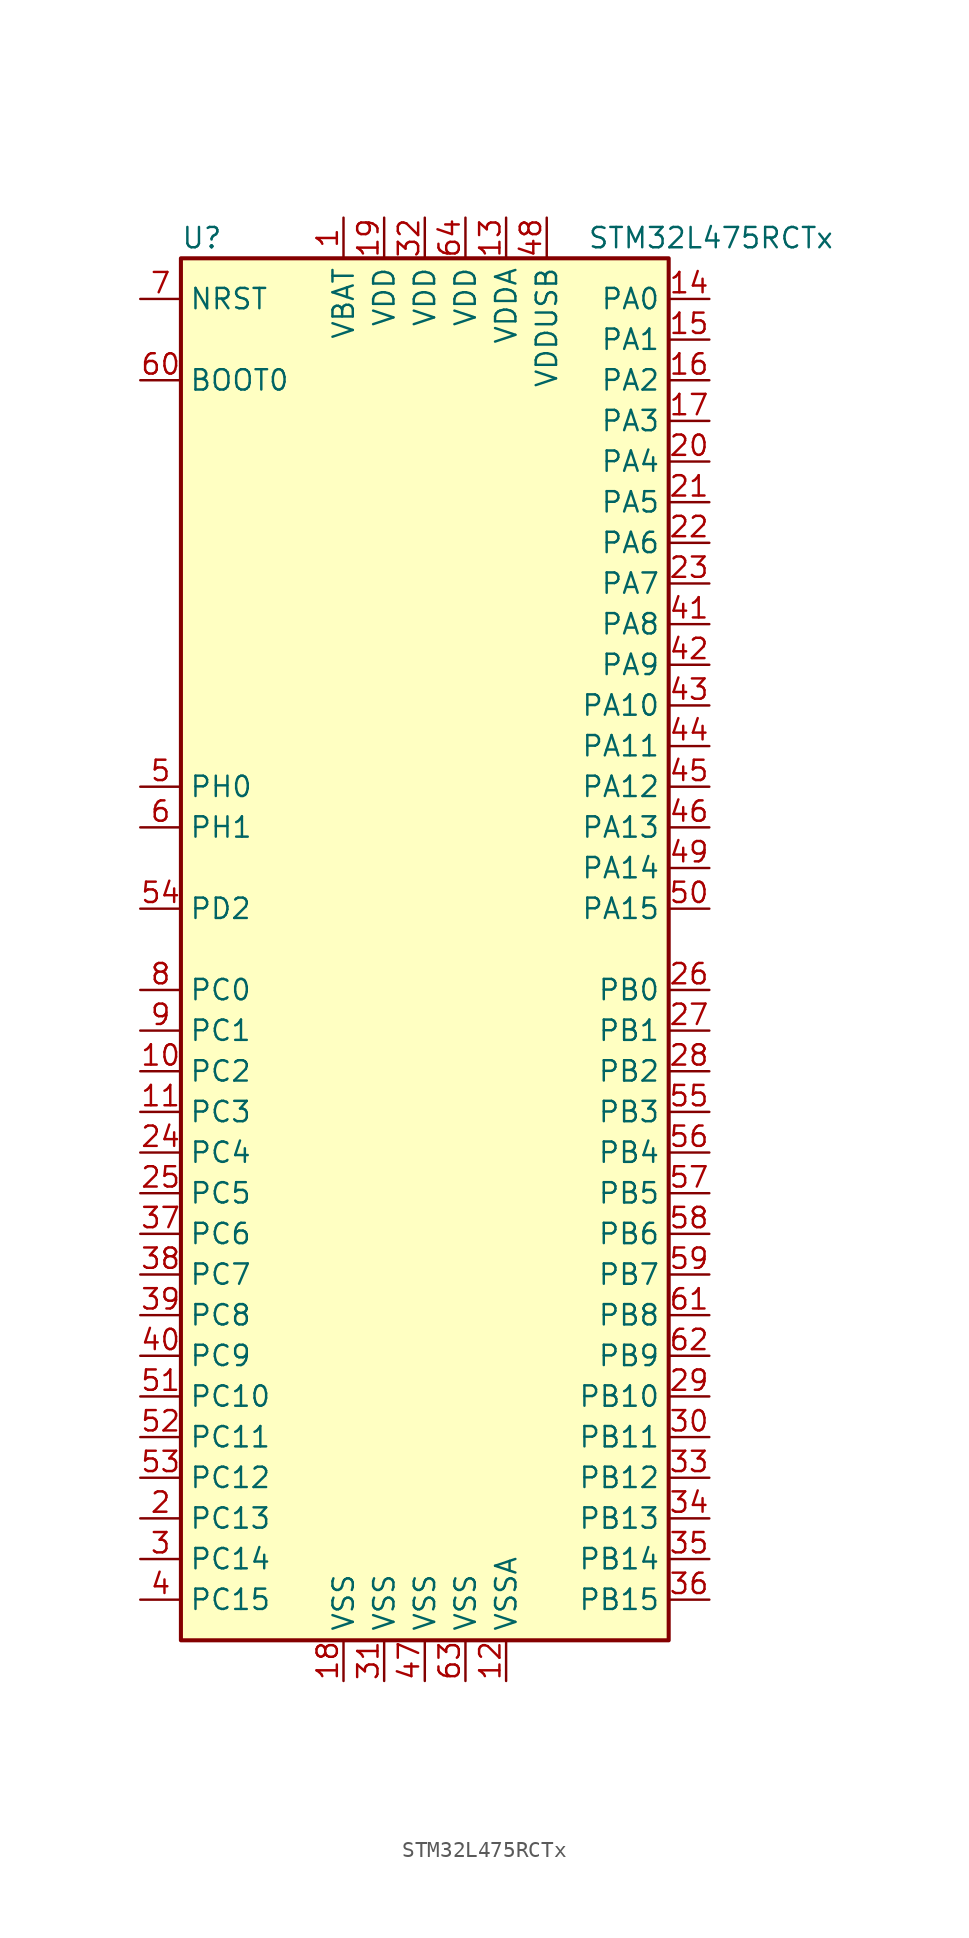
<source format=kicad_sym>
(kicad_symbol_lib
  (version 20201005)
  (generator kicad_symbol_editor)
  (symbol "STM32L475RCTx"
    (property "Reference" "U"
      (at -15.24 44.45 0)
      (effects (font (size 1.27 1.27)) (justify left)))
    (property "Value" "STM32L475RCTx"
      (at 10.16 44.45 0)
      (effects (font (size 1.27 1.27)) (justify left)))
    (symbol "STM32L475RCTx_0_1"
      (rectangle (start -15.24 -43.18) (end 15.24 43.18) (stroke (width 0.254)) (fill (type background))))
    (symbol "STM32L475RCTx_1_1"
      (pin power_in line (at -5.08 45.72 270) (length 2.54) (name "VBAT" (effects (font (size 1.27 1.27)))) (number "1" (effects (font (size 1.27 1.27)))))
      (pin bidirectional line (at -17.78 -7.62 0) (length 2.54) (name "PC2" (effects (font (size 1.27 1.27)))) (number "10" (effects (font (size 1.27 1.27)))))
      (pin bidirectional line (at -17.78 -10.16 0) (length 2.54) (name "PC3" (effects (font (size 1.27 1.27)))) (number "11" (effects (font (size 1.27 1.27)))))
      (pin power_in line (at 5.08 -45.72 90) (length 2.54) (name "VSSA" (effects (font (size 1.27 1.27)))) (number "12" (effects (font (size 1.27 1.27)))))
      (pin power_in line (at 5.08 45.72 270) (length 2.54) (name "VDDA" (effects (font (size 1.27 1.27)))) (number "13" (effects (font (size 1.27 1.27)))))
      (pin bidirectional line (at 17.78 40.64 180) (length 2.54) (name "PA0" (effects (font (size 1.27 1.27)))) (number "14" (effects (font (size 1.27 1.27)))))
      (pin bidirectional line (at 17.78 38.1 180) (length 2.54) (name "PA1" (effects (font (size 1.27 1.27)))) (number "15" (effects (font (size 1.27 1.27)))))
      (pin bidirectional line (at 17.78 35.56 180) (length 2.54) (name "PA2" (effects (font (size 1.27 1.27)))) (number "16" (effects (font (size 1.27 1.27)))))
      (pin bidirectional line (at 17.78 33.02 180) (length 2.54) (name "PA3" (effects (font (size 1.27 1.27)))) (number "17" (effects (font (size 1.27 1.27)))))
      (pin power_in line (at -5.08 -45.72 90) (length 2.54) (name "VSS" (effects (font (size 1.27 1.27)))) (number "18" (effects (font (size 1.27 1.27)))))
      (pin power_in line (at -2.54 45.72 270) (length 2.54) (name "VDD" (effects (font (size 1.27 1.27)))) (number "19" (effects (font (size 1.27 1.27)))))
      (pin bidirectional line (at -17.78 -35.56 0) (length 2.54) (name "PC13" (effects (font (size 1.27 1.27)))) (number "2" (effects (font (size 1.27 1.27)))))
      (pin bidirectional line (at 17.78 30.48 180) (length 2.54) (name "PA4" (effects (font (size 1.27 1.27)))) (number "20" (effects (font (size 1.27 1.27)))))
      (pin bidirectional line (at 17.78 27.94 180) (length 2.54) (name "PA5" (effects (font (size 1.27 1.27)))) (number "21" (effects (font (size 1.27 1.27)))))
      (pin bidirectional line (at 17.78 25.4 180) (length 2.54) (name "PA6" (effects (font (size 1.27 1.27)))) (number "22" (effects (font (size 1.27 1.27)))))
      (pin bidirectional line (at 17.78 22.86 180) (length 2.54) (name "PA7" (effects (font (size 1.27 1.27)))) (number "23" (effects (font (size 1.27 1.27)))))
      (pin bidirectional line (at -17.78 -12.7 0) (length 2.54) (name "PC4" (effects (font (size 1.27 1.27)))) (number "24" (effects (font (size 1.27 1.27)))))
      (pin bidirectional line (at -17.78 -15.24 0) (length 2.54) (name "PC5" (effects (font (size 1.27 1.27)))) (number "25" (effects (font (size 1.27 1.27)))))
      (pin bidirectional line (at 17.78 -2.54 180) (length 2.54) (name "PB0" (effects (font (size 1.27 1.27)))) (number "26" (effects (font (size 1.27 1.27)))))
      (pin bidirectional line (at 17.78 -5.08 180) (length 2.54) (name "PB1" (effects (font (size 1.27 1.27)))) (number "27" (effects (font (size 1.27 1.27)))))
      (pin bidirectional line (at 17.78 -7.62 180) (length 2.54) (name "PB2" (effects (font (size 1.27 1.27)))) (number "28" (effects (font (size 1.27 1.27)))))
      (pin bidirectional line (at 17.78 -27.94 180) (length 2.54) (name "PB10" (effects (font (size 1.27 1.27)))) (number "29" (effects (font (size 1.27 1.27)))))
      (pin bidirectional line (at -17.78 -38.1 0) (length 2.54) (name "PC14" (effects (font (size 1.27 1.27)))) (number "3" (effects (font (size 1.27 1.27)))))
      (pin bidirectional line (at 17.78 -30.48 180) (length 2.54) (name "PB11" (effects (font (size 1.27 1.27)))) (number "30" (effects (font (size 1.27 1.27)))))
      (pin power_in line (at -2.54 -45.72 90) (length 2.54) (name "VSS" (effects (font (size 1.27 1.27)))) (number "31" (effects (font (size 1.27 1.27)))))
      (pin power_in line (at 0 45.72 270) (length 2.54) (name "VDD" (effects (font (size 1.27 1.27)))) (number "32" (effects (font (size 1.27 1.27)))))
      (pin bidirectional line (at 17.78 -33.02 180) (length 2.54) (name "PB12" (effects (font (size 1.27 1.27)))) (number "33" (effects (font (size 1.27 1.27)))))
      (pin bidirectional line (at 17.78 -35.56 180) (length 2.54) (name "PB13" (effects (font (size 1.27 1.27)))) (number "34" (effects (font (size 1.27 1.27)))))
      (pin bidirectional line (at 17.78 -38.1 180) (length 2.54) (name "PB14" (effects (font (size 1.27 1.27)))) (number "35" (effects (font (size 1.27 1.27)))))
      (pin bidirectional line (at 17.78 -40.64 180) (length 2.54) (name "PB15" (effects (font (size 1.27 1.27)))) (number "36" (effects (font (size 1.27 1.27)))))
      (pin bidirectional line (at -17.78 -17.78 0) (length 2.54) (name "PC6" (effects (font (size 1.27 1.27)))) (number "37" (effects (font (size 1.27 1.27)))))
      (pin bidirectional line (at -17.78 -20.32 0) (length 2.54) (name "PC7" (effects (font (size 1.27 1.27)))) (number "38" (effects (font (size 1.27 1.27)))))
      (pin bidirectional line (at -17.78 -22.86 0) (length 2.54) (name "PC8" (effects (font (size 1.27 1.27)))) (number "39" (effects (font (size 1.27 1.27)))))
      (pin bidirectional line (at -17.78 -40.64 0) (length 2.54) (name "PC15" (effects (font (size 1.27 1.27)))) (number "4" (effects (font (size 1.27 1.27)))))
      (pin bidirectional line (at -17.78 -25.4 0) (length 2.54) (name "PC9" (effects (font (size 1.27 1.27)))) (number "40" (effects (font (size 1.27 1.27)))))
      (pin bidirectional line (at 17.78 20.32 180) (length 2.54) (name "PA8" (effects (font (size 1.27 1.27)))) (number "41" (effects (font (size 1.27 1.27)))))
      (pin bidirectional line (at 17.78 17.78 180) (length 2.54) (name "PA9" (effects (font (size 1.27 1.27)))) (number "42" (effects (font (size 1.27 1.27)))))
      (pin bidirectional line (at 17.78 15.24 180) (length 2.54) (name "PA10" (effects (font (size 1.27 1.27)))) (number "43" (effects (font (size 1.27 1.27)))))
      (pin bidirectional line (at 17.78 12.7 180) (length 2.54) (name "PA11" (effects (font (size 1.27 1.27)))) (number "44" (effects (font (size 1.27 1.27)))))
      (pin bidirectional line (at 17.78 10.16 180) (length 2.54) (name "PA12" (effects (font (size 1.27 1.27)))) (number "45" (effects (font (size 1.27 1.27)))))
      (pin bidirectional line (at 17.78 7.62 180) (length 2.54) (name "PA13" (effects (font (size 1.27 1.27)))) (number "46" (effects (font (size 1.27 1.27)))))
      (pin power_in line (at 0 -45.72 90) (length 2.54) (name "VSS" (effects (font (size 1.27 1.27)))) (number "47" (effects (font (size 1.27 1.27)))))
      (pin power_in line (at 7.62 45.72 270) (length 2.54) (name "VDDUSB" (effects (font (size 1.27 1.27)))) (number "48" (effects (font (size 1.27 1.27)))))
      (pin bidirectional line (at 17.78 5.08 180) (length 2.54) (name "PA14" (effects (font (size 1.27 1.27)))) (number "49" (effects (font (size 1.27 1.27)))))
      (pin input line (at -17.78 10.16 0) (length 2.54) (name "PH0" (effects (font (size 1.27 1.27)))) (number "5" (effects (font (size 1.27 1.27)))))
      (pin bidirectional line (at 17.78 2.54 180) (length 2.54) (name "PA15" (effects (font (size 1.27 1.27)))) (number "50" (effects (font (size 1.27 1.27)))))
      (pin bidirectional line (at -17.78 -27.94 0) (length 2.54) (name "PC10" (effects (font (size 1.27 1.27)))) (number "51" (effects (font (size 1.27 1.27)))))
      (pin bidirectional line (at -17.78 -30.48 0) (length 2.54) (name "PC11" (effects (font (size 1.27 1.27)))) (number "52" (effects (font (size 1.27 1.27)))))
      (pin bidirectional line (at -17.78 -33.02 0) (length 2.54) (name "PC12" (effects (font (size 1.27 1.27)))) (number "53" (effects (font (size 1.27 1.27)))))
      (pin bidirectional line (at -17.78 2.54 0) (length 2.54) (name "PD2" (effects (font (size 1.27 1.27)))) (number "54" (effects (font (size 1.27 1.27)))))
      (pin bidirectional line (at 17.78 -10.16 180) (length 2.54) (name "PB3" (effects (font (size 1.27 1.27)))) (number "55" (effects (font (size 1.27 1.27)))))
      (pin bidirectional line (at 17.78 -12.7 180) (length 2.54) (name "PB4" (effects (font (size 1.27 1.27)))) (number "56" (effects (font (size 1.27 1.27)))))
      (pin bidirectional line (at 17.78 -15.24 180) (length 2.54) (name "PB5" (effects (font (size 1.27 1.27)))) (number "57" (effects (font (size 1.27 1.27)))))
      (pin bidirectional line (at 17.78 -17.78 180) (length 2.54) (name "PB6" (effects (font (size 1.27 1.27)))) (number "58" (effects (font (size 1.27 1.27)))))
      (pin bidirectional line (at 17.78 -20.32 180) (length 2.54) (name "PB7" (effects (font (size 1.27 1.27)))) (number "59" (effects (font (size 1.27 1.27)))))
      (pin input line (at -17.78 7.62 0) (length 2.54) (name "PH1" (effects (font (size 1.27 1.27)))) (number "6" (effects (font (size 1.27 1.27)))))
      (pin input line (at -17.78 35.56 0) (length 2.54) (name "BOOT0" (effects (font (size 1.27 1.27)))) (number "60" (effects (font (size 1.27 1.27)))))
      (pin bidirectional line (at 17.78 -22.86 180) (length 2.54) (name "PB8" (effects (font (size 1.27 1.27)))) (number "61" (effects (font (size 1.27 1.27)))))
      (pin bidirectional line (at 17.78 -25.4 180) (length 2.54) (name "PB9" (effects (font (size 1.27 1.27)))) (number "62" (effects (font (size 1.27 1.27)))))
      (pin power_in line (at 2.54 -45.72 90) (length 2.54) (name "VSS" (effects (font (size 1.27 1.27)))) (number "63" (effects (font (size 1.27 1.27)))))
      (pin power_in line (at 2.54 45.72 270) (length 2.54) (name "VDD" (effects (font (size 1.27 1.27)))) (number "64" (effects (font (size 1.27 1.27)))))
      (pin input line (at -17.78 40.64 0) (length 2.54) (name "NRST" (effects (font (size 1.27 1.27)))) (number "7" (effects (font (size 1.27 1.27)))))
      (pin bidirectional line (at -17.78 -2.54 0) (length 2.54) (name "PC0" (effects (font (size 1.27 1.27)))) (number "8" (effects (font (size 1.27 1.27)))))
      (pin bidirectional line (at -17.78 -5.08 0) (length 2.54) (name "PC1" (effects (font (size 1.27 1.27)))) (number "9" (effects (font (size 1.27 1.27))))))))
</source>
